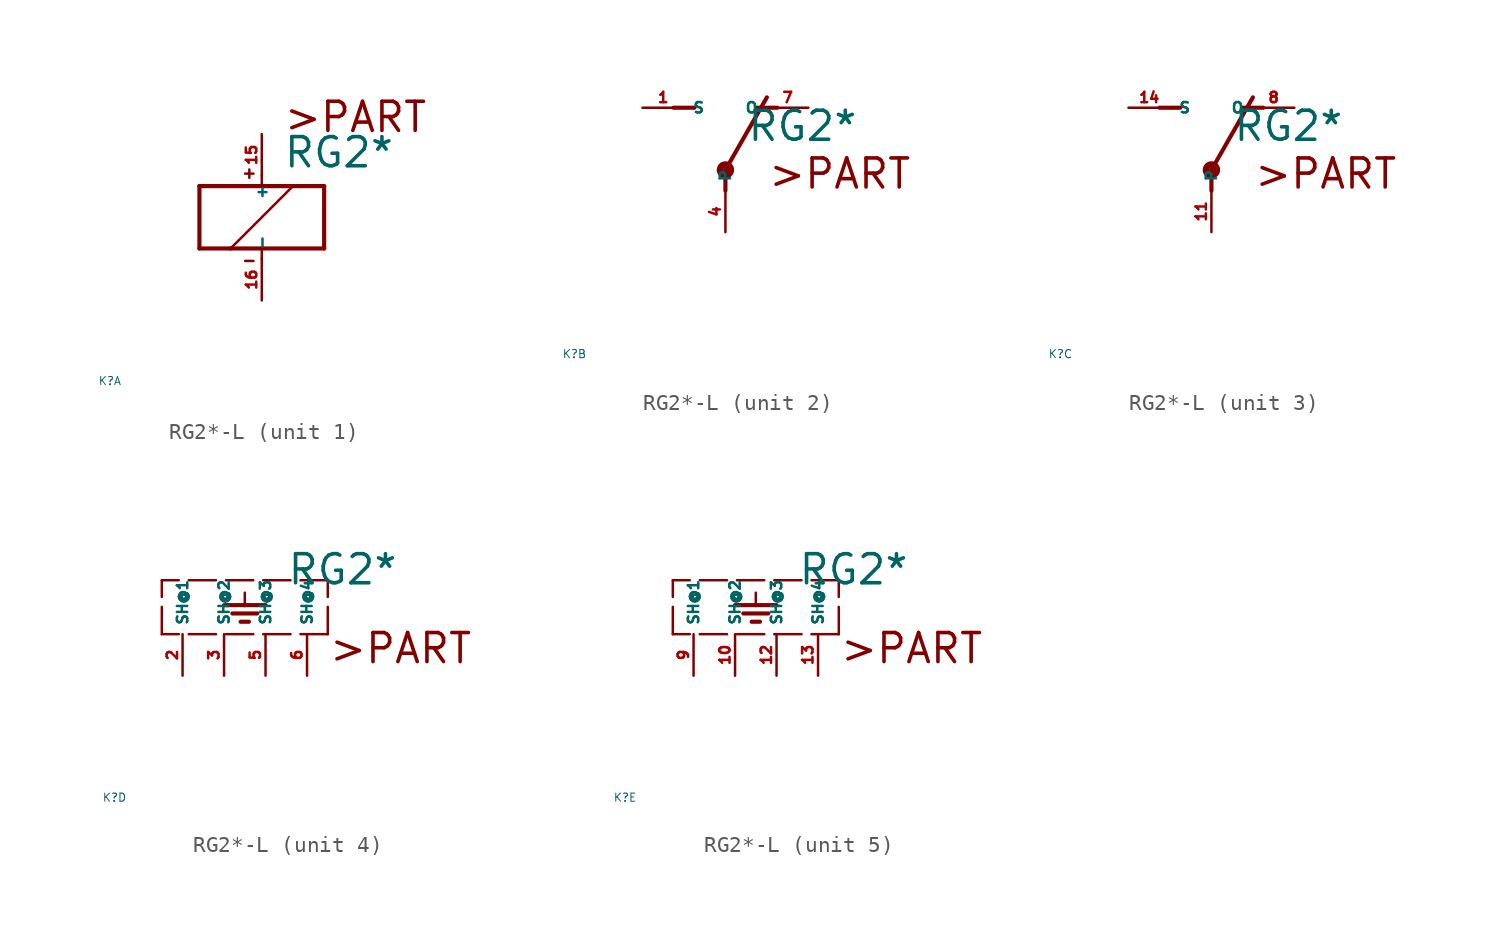
<source format=kicad_sym>
(kicad_symbol_lib
  (version 20220914)
  (generator Eagle2Kicad)
  (symbol "RG2*-L"
    (property "Reference" "K"
      (at -10 -10 0)
      (effects (font (size 0.5 0.5) (thickness 0.06)) (justify left)))
    (property "Value" "RG2*"
      (at 1.27 2.921 0)
      (effects (font (size 1.778 1.778) (thickness 0.22)) (justify left bottom)))
    (symbol "RG2*-L_1_0"
      (polyline (pts (xy -3.81 -1.905) (xy -1.905 -1.905)) (stroke (width 0.254) (type default)) (fill (type none)))
      (polyline (pts (xy 3.81 -1.905) (xy 3.81 1.905)) (stroke (width 0.254) (type default)) (fill (type none)))
      (polyline (pts (xy 3.81 1.905) (xy 1.905 1.905)) (stroke (width 0.254) (type default)) (fill (type none)))
      (polyline (pts (xy -3.81 1.905) (xy -3.81 -1.905)) (stroke (width 0.254) (type default)) (fill (type none)))
      (polyline (pts (xy 0 -2.54) (xy 0 -1.905)) (stroke (width 0.152) (type default)) (fill (type none)))
      (polyline (pts (xy 0 -1.905) (xy 3.81 -1.905)) (stroke (width 0.254) (type default)) (fill (type none)))
      (polyline (pts (xy 0 2.54) (xy 0 1.905)) (stroke (width 0.152) (type default)) (fill (type none)))
      (polyline (pts (xy 0 1.905) (xy -3.81 1.905)) (stroke (width 0.254) (type default)) (fill (type none)))
      (polyline (pts (xy -1.905 -1.905) (xy 1.905 1.905)) (stroke (width 0.152) (type default)) (fill (type none)))
      (polyline (pts (xy -1.905 -1.905) (xy 0 -1.905)) (stroke (width 0.254) (type default)) (fill (type none)))
      (polyline (pts (xy 1.905 1.905) (xy 0 1.905)) (stroke (width 0.254) (type default)) (fill (type none)))
      (polyline (pts (xy -1.016 2.667) (xy -0.508 2.667)) (stroke (width 0.152) (type default)) (fill (type none)))
      (polyline (pts (xy -0.762 2.921) (xy -0.762 2.413)) (stroke (width 0.152) (type default)) (fill (type none)))
      (polyline (pts (xy -1.016 -2.667) (xy -0.508 -2.667)) (stroke (width 0.152) (type default)) (fill (type none)))
      (text ">PART" (at 1.27 5.08 0) (effects (font (size 1.778 1.778) (thickness 0.22)) (justify left bottom)))
      (pin passive line (at 0 -5.08 90) (length 2.54) (name "-" (effects (font (size 0.635 0.635) (thickness 0.08)) (justify left bottom))) (number "16" (effects (font (size 0.635 0.635) (thickness 0.08)) (justify left bottom))))
      (pin passive line (at 0 5.08 270) (length 2.54) (name "+" (effects (font (size 0.635 0.635) (thickness 0.08)) (justify left bottom))) (number "15" (effects (font (size 0.635 0.635) (thickness 0.08)) (justify left bottom)))))
    (symbol "RG2*-L_2_0"
      (polyline (pts (xy 3.175 5.08) (xy 1.905 5.08)) (stroke (width 0.254) (type default)) (fill (type none)))
      (polyline (pts (xy -3.175 5.08) (xy -1.905 5.08)) (stroke (width 0.254) (type default)) (fill (type none)))
      (polyline (pts (xy 0 1.27) (xy 2.54 5.715)) (stroke (width 0.254) (type default)) (fill (type none)))
      (polyline (pts (xy 0 1.27) (xy 0 0)) (stroke (width 0.254) (type default)) (fill (type none)))
      (text ">PART" (at 2.54 0 0) (effects (font (size 1.778 1.778) (thickness 0.22)) (justify left bottom)))
      (circle (center 0 1.27) (radius 0.127) (stroke (width 0.406) (type default)) (fill (type none)))
      (pin passive line (at 5.08 5.08 180) (length 2.54) (name "O" (effects (font (size 0.635 0.635) (thickness 0.08)) (justify left bottom))) (number "7" (effects (font (size 0.635 0.635) (thickness 0.08)) (justify left bottom))))
      (pin passive line (at -5.08 5.08 0) (length 2.54) (name "S" (effects (font (size 0.635 0.635) (thickness 0.08)) (justify left bottom))) (number "1" (effects (font (size 0.635 0.635) (thickness 0.08)) (justify left bottom))))
      (pin passive line (at 0 -2.54 90) (length 2.54) (name "P" (effects (font (size 0.635 0.635) (thickness 0.08)) (justify left bottom))) (number "4" (effects (font (size 0.635 0.635) (thickness 0.08)) (justify left bottom)))))
    (symbol "RG2*-L_3_0"
      (polyline (pts (xy 3.175 5.08) (xy 1.905 5.08)) (stroke (width 0.254) (type default)) (fill (type none)))
      (polyline (pts (xy -3.175 5.08) (xy -1.905 5.08)) (stroke (width 0.254) (type default)) (fill (type none)))
      (polyline (pts (xy 0 1.27) (xy 2.54 5.715)) (stroke (width 0.254) (type default)) (fill (type none)))
      (polyline (pts (xy 0 1.27) (xy 0 0)) (stroke (width 0.254) (type default)) (fill (type none)))
      (text ">PART" (at 2.54 0 0) (effects (font (size 1.778 1.778) (thickness 0.22)) (justify left bottom)))
      (circle (center 0 1.27) (radius 0.127) (stroke (width 0.406) (type default)) (fill (type none)))
      (pin passive line (at 5.08 5.08 180) (length 2.54) (name "O" (effects (font (size 0.635 0.635) (thickness 0.08)) (justify left bottom))) (number "8" (effects (font (size 0.635 0.635) (thickness 0.08)) (justify left bottom))))
      (pin passive line (at -5.08 5.08 0) (length 2.54) (name "S" (effects (font (size 0.635 0.635) (thickness 0.08)) (justify left bottom))) (number "14" (effects (font (size 0.635 0.635) (thickness 0.08)) (justify left bottom))))
      (pin passive line (at 0 -2.54 90) (length 2.54) (name "P" (effects (font (size 0.635 0.635) (thickness 0.08)) (justify left bottom))) (number "11" (effects (font (size 0.635 0.635) (thickness 0.08)) (justify left bottom)))))
    (symbol "RG2*-L_4_0"
      (polyline (pts (xy 3.81 0) (xy -6.35 0)) (stroke (width 0.152) (type dash)) (fill (type none)))
      (polyline (pts (xy -1.27 2.54) (xy -1.27 1.778)) (stroke (width 0.152) (type default)) (fill (type none)))
      (polyline (pts (xy -2.54 1.778) (xy -1.27 1.778)) (stroke (width 0.254) (type default)) (fill (type none)))
      (polyline (pts (xy -1.27 1.778) (xy 0 1.778)) (stroke (width 0.254) (type default)) (fill (type none)))
      (polyline (pts (xy -2.032 1.27) (xy -0.508 1.27)) (stroke (width 0.254) (type default)) (fill (type none)))
      (polyline (pts (xy -1.524 0.762) (xy -1.016 0.762)) (stroke (width 0.254) (type default)) (fill (type none)))
      (polyline (pts (xy 3.81 0) (xy 3.81 3.302)) (stroke (width 0.152) (type dash)) (fill (type none)))
      (polyline (pts (xy 3.81 3.302) (xy -6.35 3.302)) (stroke (width 0.152) (type dash)) (fill (type none)))
      (polyline (pts (xy -6.35 0) (xy -6.35 3.302)) (stroke (width 0.152) (type dash)) (fill (type none)))
      (text ">PART" (at 3.81 -1.905 0) (effects (font (size 1.778 1.778) (thickness 0.22)) (justify left bottom)))
      (pin passive line (at 0 -2.54 90) (length 2.54) (name "SH@3" (effects (font (size 0.635 0.635) (thickness 0.08)) (justify left bottom))) (number "5" (effects (font (size 0.635 0.635) (thickness 0.08)) (justify left bottom))))
      (pin passive line (at -5.08 -2.54 90) (length 2.54) (name "SH@1" (effects (font (size 0.635 0.635) (thickness 0.08)) (justify left bottom))) (number "2" (effects (font (size 0.635 0.635) (thickness 0.08)) (justify left bottom))))
      (pin passive line (at -2.54 -2.54 90) (length 2.54) (name "SH@2" (effects (font (size 0.635 0.635) (thickness 0.08)) (justify left bottom))) (number "3" (effects (font (size 0.635 0.635) (thickness 0.08)) (justify left bottom))))
      (pin passive line (at 2.54 -2.54 90) (length 2.54) (name "SH@4" (effects (font (size 0.635 0.635) (thickness 0.08)) (justify left bottom))) (number "6" (effects (font (size 0.635 0.635) (thickness 0.08)) (justify left bottom)))))
    (symbol "RG2*-L_5_0"
      (polyline (pts (xy 3.81 0) (xy -6.35 0)) (stroke (width 0.152) (type dash)) (fill (type none)))
      (polyline (pts (xy -1.27 2.54) (xy -1.27 1.778)) (stroke (width 0.152) (type default)) (fill (type none)))
      (polyline (pts (xy -2.54 1.778) (xy -1.27 1.778)) (stroke (width 0.254) (type default)) (fill (type none)))
      (polyline (pts (xy -1.27 1.778) (xy 0 1.778)) (stroke (width 0.254) (type default)) (fill (type none)))
      (polyline (pts (xy -2.032 1.27) (xy -0.508 1.27)) (stroke (width 0.254) (type default)) (fill (type none)))
      (polyline (pts (xy -1.524 0.762) (xy -1.016 0.762)) (stroke (width 0.254) (type default)) (fill (type none)))
      (polyline (pts (xy 3.81 0) (xy 3.81 3.302)) (stroke (width 0.152) (type dash)) (fill (type none)))
      (polyline (pts (xy 3.81 3.302) (xy -6.35 3.302)) (stroke (width 0.152) (type dash)) (fill (type none)))
      (polyline (pts (xy -6.35 0) (xy -6.35 3.302)) (stroke (width 0.152) (type dash)) (fill (type none)))
      (text ">PART" (at 3.81 -1.905 0) (effects (font (size 1.778 1.778) (thickness 0.22)) (justify left bottom)))
      (pin passive line (at 0 -2.54 90) (length 2.54) (name "SH@3" (effects (font (size 0.635 0.635) (thickness 0.08)) (justify left bottom))) (number "12" (effects (font (size 0.635 0.635) (thickness 0.08)) (justify left bottom))))
      (pin passive line (at -5.08 -2.54 90) (length 2.54) (name "SH@1" (effects (font (size 0.635 0.635) (thickness 0.08)) (justify left bottom))) (number "9" (effects (font (size 0.635 0.635) (thickness 0.08)) (justify left bottom))))
      (pin passive line (at -2.54 -2.54 90) (length 2.54) (name "SH@2" (effects (font (size 0.635 0.635) (thickness 0.08)) (justify left bottom))) (number "10" (effects (font (size 0.635 0.635) (thickness 0.08)) (justify left bottom))))
      (pin passive line (at 2.54 -2.54 90) (length 2.54) (name "SH@4" (effects (font (size 0.635 0.635) (thickness 0.08)) (justify left bottom))) (number "13" (effects (font (size 0.635 0.635) (thickness 0.08)) (justify left bottom)))))))
</source>
